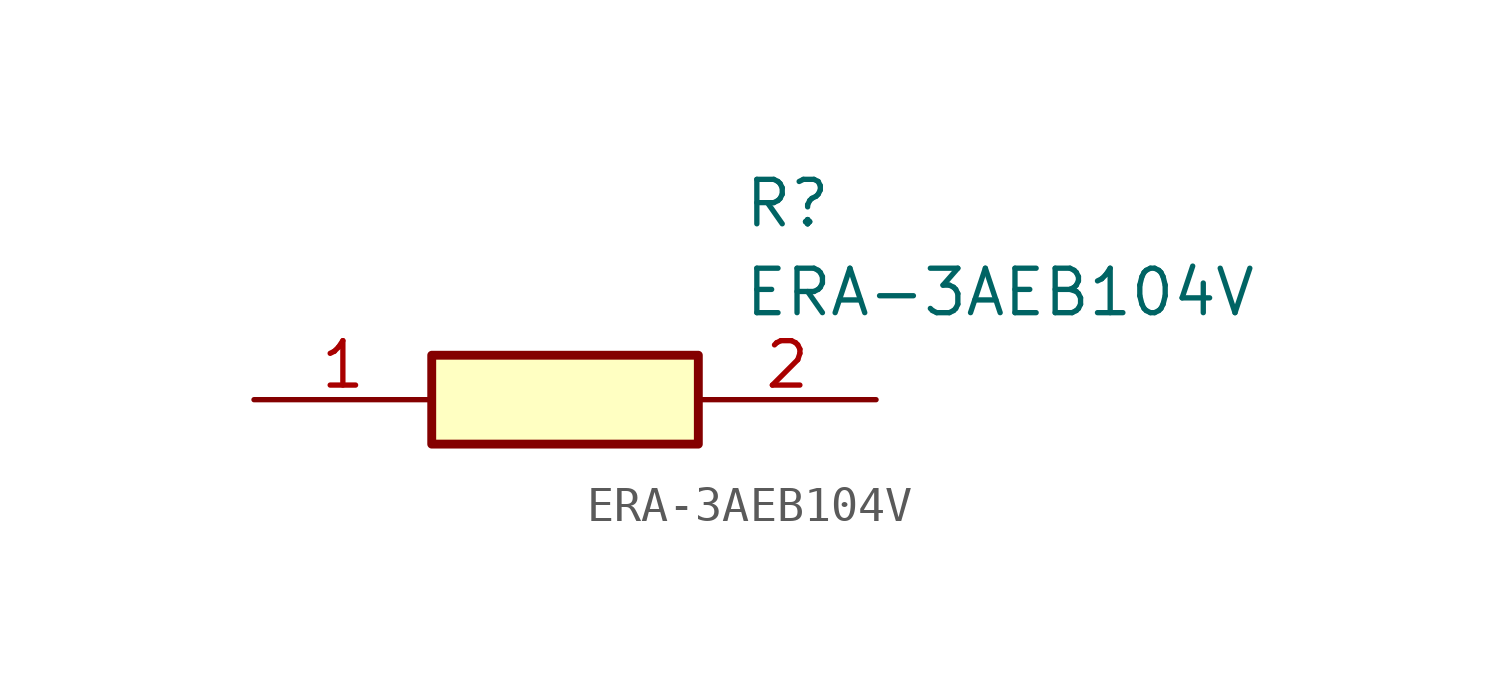
<source format=kicad_sym>
(kicad_symbol_lib
  (version 20211014)
  (generator SamacSys_ECAD_Model)
  (symbol "ERA-3AEB104V"
    (pin_names hide)
    (property "Reference" "R"
      (at 13.97 6.35 0)
      (effects (font (size 1.27 1.27)) (justify left top)))
    (property "Value" "ERA-3AEB104V"
      (at 13.97 3.81 0)
      (effects (font (size 1.27 1.27)) (justify left top)))
    (rectangle
      (start 5.08 1.27)
      (end 12.7 -1.27)
      (stroke (width 0.254) (type default))
      (fill (type background)))
    (pin passive line
      (at 0 0 0)
      (length 5.08)
      (name "1" (effects (font (size 1.27 1.27))))
      (number "1" (effects (font (size 1.27 1.27)))))
    (pin passive line
      (at 17.78 0 180)
      (length 5.08)
      (name "2" (effects (font (size 1.27 1.27))))
      (number "2" (effects (font (size 1.27 1.27)))))))
</source>
